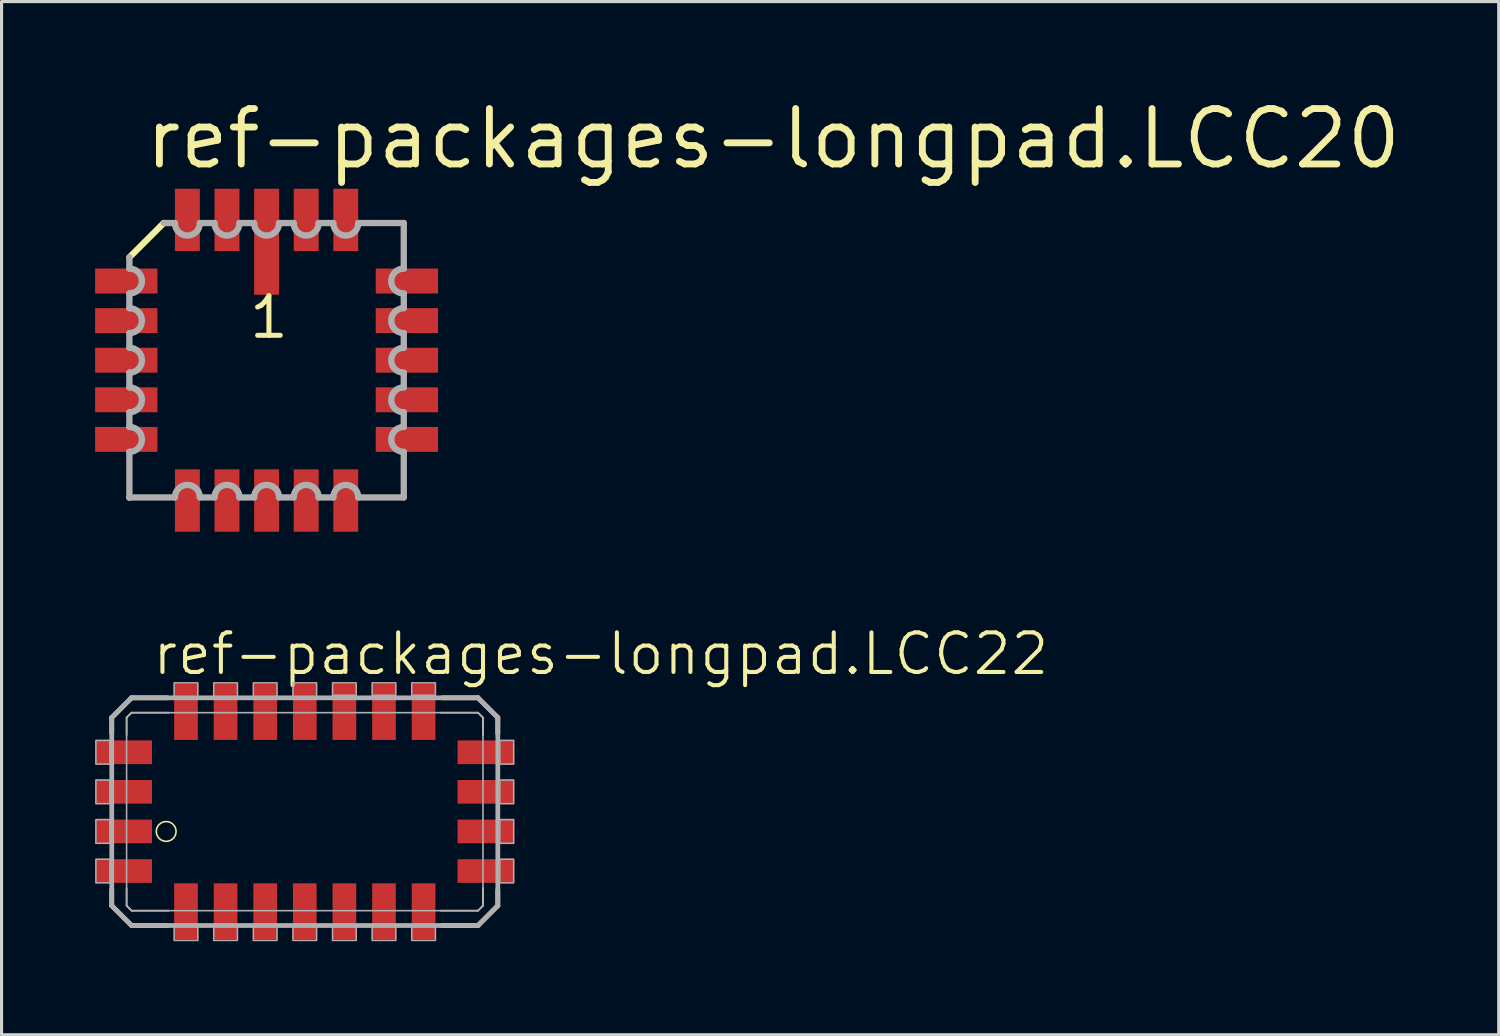
<source format=kicad_pcb>
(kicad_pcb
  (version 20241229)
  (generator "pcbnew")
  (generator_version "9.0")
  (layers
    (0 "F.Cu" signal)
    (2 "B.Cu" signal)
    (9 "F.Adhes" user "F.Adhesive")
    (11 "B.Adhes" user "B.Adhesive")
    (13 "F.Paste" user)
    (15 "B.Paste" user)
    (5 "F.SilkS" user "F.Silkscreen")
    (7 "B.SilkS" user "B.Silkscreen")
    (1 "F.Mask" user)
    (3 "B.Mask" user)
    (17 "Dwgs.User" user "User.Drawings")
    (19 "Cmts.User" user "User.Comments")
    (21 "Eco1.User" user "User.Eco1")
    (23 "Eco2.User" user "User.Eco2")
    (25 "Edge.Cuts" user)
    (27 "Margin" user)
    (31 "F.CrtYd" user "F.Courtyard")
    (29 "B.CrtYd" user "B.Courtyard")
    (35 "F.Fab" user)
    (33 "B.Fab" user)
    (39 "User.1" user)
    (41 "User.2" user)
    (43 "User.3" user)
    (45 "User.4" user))
  (footprint "ref-packages-longpad.LCC22"
    (layer "F.Cu")
    (at 6.725 22.981)
    (property "Reference" "ref-packages-longpad.LCC22" (at -4.953 -4.318 0) (layer "F.SilkS") (effects (font (size 1.27 1.27) (thickness 0.13)) (justify left bottom)))
    (attr smd)
    (fp_line (start -6.191 -3.016) (end -6.191 -2.506) (stroke (width 0.152) (type default)) (layer "F.SilkS"))
    (fp_line (start -6.191 2.506) (end -6.191 3.016) (stroke (width 0.152) (type default)) (layer "F.SilkS"))
    (fp_line (start -6.191 3.016) (end -5.556 3.651) (stroke (width 0.152) (type default)) (layer "F.SilkS"))
    (fp_line (start -5.715 -3.016) (end -5.556 -3.175) (stroke (width 0.051) (type default)) (layer "F.SilkS"))
    (fp_line (start -5.715 -2.452) (end -5.715 -3.016) (stroke (width 0.051) (type default)) (layer "F.SilkS"))
    (fp_line (start -5.715 3.016) (end -5.715 2.452) (stroke (width 0.051) (type default)) (layer "F.SilkS"))
    (fp_line (start -5.556 -3.651) (end -6.191 -3.016) (stroke (width 0.152) (type default)) (layer "F.SilkS"))
    (fp_line (start -5.556 3.175) (end -5.715 3.016) (stroke (width 0.051) (type default)) (layer "F.SilkS"))
    (fp_line (start -5.556 3.651) (end -4.411 3.651) (stroke (width 0.152) (type default)) (layer "F.SilkS"))
    (fp_line (start -4.411 -3.651) (end -5.556 -3.651) (stroke (width 0.152) (type default)) (layer "F.SilkS"))
    (fp_line (start -4.357 -3.175) (end -5.556 -3.175) (stroke (width 0.051) (type default)) (layer "F.SilkS"))
    (fp_line (start -4.357 3.175) (end -5.556 3.175) (stroke (width 0.051) (type default)) (layer "F.SilkS"))
    (fp_line (start 4.357 -3.175) (end 5.556 -3.175) (stroke (width 0.051) (type default)) (layer "F.SilkS"))
    (fp_line (start 4.411 3.651) (end 5.556 3.651) (stroke (width 0.152) (type default)) (layer "F.SilkS"))
    (fp_line (start 5.556 -3.651) (end 4.411 -3.651) (stroke (width 0.152) (type default)) (layer "F.SilkS"))
    (fp_line (start 5.556 -3.175) (end 5.715 -3.016) (stroke (width 0.051) (type default)) (layer "F.SilkS"))
    (fp_line (start 5.556 3.175) (end 4.357 3.175) (stroke (width 0.051) (type default)) (layer "F.SilkS"))
    (fp_line (start 5.556 3.651) (end 6.191 3.016) (stroke (width 0.152) (type default)) (layer "F.SilkS"))
    (fp_line (start 5.715 -3.016) (end 5.715 -2.452) (stroke (width 0.051) (type default)) (layer "F.SilkS"))
    (fp_line (start 5.715 2.452) (end 5.715 3.016) (stroke (width 0.051) (type default)) (layer "F.SilkS"))
    (fp_line (start 5.715 3.016) (end 5.556 3.175) (stroke (width 0.051) (type default)) (layer "F.SilkS"))
    (fp_line (start 6.191 -3.016) (end 5.556 -3.651) (stroke (width 0.152) (type default)) (layer "F.SilkS"))
    (fp_line (start 6.191 -2.506) (end 6.191 -3.016) (stroke (width 0.152) (type default)) (layer "F.SilkS"))
    (fp_line (start 6.191 3.016) (end 6.191 2.506) (stroke (width 0.152) (type default)) (layer "F.SilkS"))
    (fp_circle (center -4.445 0.635) (end -4.128 0.635) (stroke (width 0.051) (type default)) (fill no) (layer "F.SilkS"))
    (fp_line (start -6.191 -3.016) (end -6.191 3.016) (stroke (width 0.152) (type default)) (layer "F.Fab"))
    (fp_line (start -6.191 3.016) (end -5.556 3.651) (stroke (width 0.152) (type default)) (layer "F.Fab"))
    (fp_line (start -5.715 -3.016) (end -5.556 -3.175) (stroke (width 0.051) (type default)) (layer "F.Fab"))
    (fp_line (start -5.715 3.016) (end -5.715 -3.016) (stroke (width 0.051) (type default)) (layer "F.Fab"))
    (fp_line (start -5.556 -3.651) (end -6.191 -3.016) (stroke (width 0.152) (type default)) (layer "F.Fab"))
    (fp_line (start -5.556 -3.175) (end 5.556 -3.175) (stroke (width 0.051) (type default)) (layer "F.Fab"))
    (fp_line (start -5.556 3.175) (end -5.715 3.016) (stroke (width 0.051) (type default)) (layer "F.Fab"))
    (fp_line (start -5.556 3.651) (end 5.556 3.651) (stroke (width 0.152) (type default)) (layer "F.Fab"))
    (fp_line (start 0.95 -3.68) (end 1.59 -3.68) (stroke (width 0.152) (type default)) (layer "F.Fab"))
    (fp_line (start 2.22 -3.68) (end 2.86 -3.68) (stroke (width 0.152) (type default)) (layer "F.Fab"))
    (fp_line (start 3.49 -3.68) (end 4.13 -3.68) (stroke (width 0.152) (type default)) (layer "F.Fab"))
    (fp_line (start 5.556 -3.651) (end -5.556 -3.651) (stroke (width 0.152) (type default)) (layer "F.Fab"))
    (fp_line (start 5.556 -3.175) (end 5.715 -3.016) (stroke (width 0.051) (type default)) (layer "F.Fab"))
    (fp_line (start 5.556 3.175) (end -5.556 3.175) (stroke (width 0.051) (type default)) (layer "F.Fab"))
    (fp_line (start 5.556 3.651) (end 6.191 3.016) (stroke (width 0.152) (type default)) (layer "F.Fab"))
    (fp_line (start 5.715 -3.016) (end 5.715 3.016) (stroke (width 0.051) (type default)) (layer "F.Fab"))
    (fp_line (start 5.715 3.016) (end 5.556 3.175) (stroke (width 0.051) (type default)) (layer "F.Fab"))
    (fp_line (start 6.191 -3.016) (end 5.556 -3.651) (stroke (width 0.152) (type default)) (layer "F.Fab"))
    (fp_line (start 6.191 3.016) (end 6.191 -3.016) (stroke (width 0.152) (type default)) (layer "F.Fab"))
    (fp_rect (start -6.7 -1.525) (end -6.25 -2.285) (stroke (width 0.05) (type default)) (fill no) (layer "F.Fab"))
    (fp_rect (start -6.7 -0.255) (end -6.25 -1.015) (stroke (width 0.05) (type default)) (fill no) (layer "F.Fab"))
    (fp_rect (start -6.7 1.015) (end -6.25 0.255) (stroke (width 0.05) (type default)) (fill no) (layer "F.Fab"))
    (fp_rect (start -6.7 2.285) (end -6.25 1.525) (stroke (width 0.05) (type default)) (fill no) (layer "F.Fab"))
    (fp_rect (start -4.19 -3.68) (end -3.43 -4.13) (stroke (width 0.05) (type default)) (fill no) (layer "F.Fab"))
    (fp_rect (start -4.19 4.13) (end -3.43 3.68) (stroke (width 0.05) (type default)) (fill no) (layer "F.Fab"))
    (fp_rect (start -2.92 -3.68) (end -2.16 -4.13) (stroke (width 0.05) (type default)) (fill no) (layer "F.Fab"))
    (fp_rect (start -2.92 4.13) (end -2.16 3.68) (stroke (width 0.05) (type default)) (fill no) (layer "F.Fab"))
    (fp_rect (start -1.65 -3.68) (end -0.89 -4.13) (stroke (width 0.05) (type default)) (fill no) (layer "F.Fab"))
    (fp_rect (start -1.65 4.13) (end -0.89 3.68) (stroke (width 0.05) (type default)) (fill no) (layer "F.Fab"))
    (fp_rect (start -0.38 -3.68) (end 0.38 -4.13) (stroke (width 0.05) (type default)) (fill no) (layer "F.Fab"))
    (fp_rect (start -0.38 4.13) (end 0.38 3.68) (stroke (width 0.05) (type default)) (fill no) (layer "F.Fab"))
    (fp_rect (start 0.89 -3.68) (end 1.65 -4.13) (stroke (width 0.05) (type default)) (fill no) (layer "F.Fab"))
    (fp_rect (start 0.89 4.13) (end 1.65 3.68) (stroke (width 0.05) (type default)) (fill no) (layer "F.Fab"))
    (fp_rect (start 2.16 -3.68) (end 2.92 -4.13) (stroke (width 0.05) (type default)) (fill no) (layer "F.Fab"))
    (fp_rect (start 2.16 4.13) (end 2.92 3.68) (stroke (width 0.05) (type default)) (fill no) (layer "F.Fab"))
    (fp_rect (start 3.43 -3.68) (end 4.19 -4.13) (stroke (width 0.05) (type default)) (fill no) (layer "F.Fab"))
    (fp_rect (start 3.43 4.13) (end 4.19 3.68) (stroke (width 0.05) (type default)) (fill no) (layer "F.Fab"))
    (fp_rect (start 6.25 -1.525) (end 6.7 -2.285) (stroke (width 0.05) (type default)) (fill no) (layer "F.Fab"))
    (fp_rect (start 6.25 -0.255) (end 6.7 -1.015) (stroke (width 0.05) (type default)) (fill no) (layer "F.Fab"))
    (fp_rect (start 6.25 1.015) (end 6.7 0.255) (stroke (width 0.05) (type default)) (fill no) (layer "F.Fab"))
    (fp_rect (start 6.25 2.285) (end 6.7 1.525) (stroke (width 0.05) (type default)) (fill no) (layer "F.Fab"))
    (pad "1" smd roundrect (at -5.8 0.635) (size 1.8 0.76) (layers "F.Cu" "F.Mask" "F.Paste") (roundrect_rratio 0.01))
    (pad "2" smd roundrect (at -5.8 1.905) (size 1.8 0.76) (layers "F.Cu" "F.Mask" "F.Paste") (roundrect_rratio 0.01))
    (pad "3" smd roundrect (at -3.81 3.2) (size 0.76 1.8) (layers "F.Cu" "F.Mask" "F.Paste") (roundrect_rratio 0.01))
    (pad "4" smd roundrect (at -2.54 3.2) (size 0.76 1.8) (layers "F.Cu" "F.Mask" "F.Paste") (roundrect_rratio 0.01))
    (pad "5" smd roundrect (at -1.27 3.2) (size 0.76 1.8) (layers "F.Cu" "F.Mask" "F.Paste") (roundrect_rratio 0.01))
    (pad "6" smd roundrect (at 0 3.2) (size 0.76 1.8) (layers "F.Cu" "F.Mask" "F.Paste") (roundrect_rratio 0.01))
    (pad "7" smd roundrect (at 1.27 3.2) (size 0.76 1.8) (layers "F.Cu" "F.Mask" "F.Paste") (roundrect_rratio 0.01))
    (pad "8" smd roundrect (at 2.54 3.2) (size 0.76 1.8) (layers "F.Cu" "F.Mask" "F.Paste") (roundrect_rratio 0.01))
    (pad "9" smd roundrect (at 3.81 3.2) (size 0.76 1.8) (layers "F.Cu" "F.Mask" "F.Paste") (roundrect_rratio 0.01))
    (pad "10" smd roundrect (at 5.8 1.905) (size 1.8 0.76) (layers "F.Cu" "F.Mask" "F.Paste") (roundrect_rratio 0.01))
    (pad "11" smd roundrect (at 5.8 0.635) (size 1.8 0.76) (layers "F.Cu" "F.Mask" "F.Paste") (roundrect_rratio 0.01))
    (pad "12" smd roundrect (at 5.8 -0.635) (size 1.8 0.76) (layers "F.Cu" "F.Mask" "F.Paste") (roundrect_rratio 0.01))
    (pad "13" smd roundrect (at 5.8 -1.905) (size 1.8 0.76) (layers "F.Cu" "F.Mask" "F.Paste") (roundrect_rratio 0.01))
    (pad "14" smd roundrect (at 3.81 -3.2) (size 0.76 1.8) (layers "F.Cu" "F.Mask" "F.Paste") (roundrect_rratio 0.01))
    (pad "15" smd roundrect (at 2.54 -3.2) (size 0.76 1.8) (layers "F.Cu" "F.Mask" "F.Paste") (roundrect_rratio 0.01))
    (pad "16" smd roundrect (at 1.27 -3.2) (size 0.76 1.8) (layers "F.Cu" "F.Mask" "F.Paste") (roundrect_rratio 0.01))
    (pad "17" smd roundrect (at 0 -3.2) (size 0.76 1.8) (layers "F.Cu" "F.Mask" "F.Paste") (roundrect_rratio 0.01))
    (pad "18" smd roundrect (at -1.27 -3.2) (size 0.76 1.8) (layers "F.Cu" "F.Mask" "F.Paste") (roundrect_rratio 0.01))
    (pad "19" smd roundrect (at -2.54 -3.2) (size 0.76 1.8) (layers "F.Cu" "F.Mask" "F.Paste") (roundrect_rratio 0.01))
    (pad "20" smd roundrect (at -3.81 -3.2) (size 0.76 1.8) (layers "F.Cu" "F.Mask" "F.Paste") (roundrect_rratio 0.01))
    (pad "21" smd roundrect (at -5.8 -1.905) (size 1.8 0.76) (layers "F.Cu" "F.Mask" "F.Paste") (roundrect_rratio 0.01))
    (pad "22" smd roundrect (at -5.8 -0.635) (size 1.8 0.76) (layers "F.Cu" "F.Mask" "F.Paste") (roundrect_rratio 0.01)))
  (footprint "ref-packages-longpad.LCC20"
    (layer "F.Cu")
    (at 5.5 8.503)
    (property "Reference" "ref-packages-longpad.LCC20" (at -4.005 -6.065 0) (layer "F.SilkS") (effects (font (size 1.778 1.778) (thickness 0.22)) (justify left bottom)))
    (attr smd)
    (fp_line (start -3.3 -4.4) (end -4.4 -3.3) (stroke (width 0.203) (type default)) (layer "F.SilkS"))
    (fp_line (start -4.4 -3.3) (end -4.4 -2.94) (stroke (width 0.203) (type default)) (layer "F.Fab"))
    (fp_line (start -4.4 -2.14) (end -4.4 -1.67) (stroke (width 0.203) (type default)) (layer "F.Fab"))
    (fp_line (start -4.4 -0.87) (end -4.4 -0.4) (stroke (width 0.203) (type default)) (layer "F.Fab"))
    (fp_line (start -4.4 0.4) (end -4.4 0.87) (stroke (width 0.203) (type default)) (layer "F.Fab"))
    (fp_line (start -4.4 1.67) (end -4.4 2.14) (stroke (width 0.203) (type default)) (layer "F.Fab"))
    (fp_line (start -4.4 2.94) (end -4.4 4.4) (stroke (width 0.203) (type default)) (layer "F.Fab"))
    (fp_line (start -4.4 4.4) (end -4.4 4.41) (stroke (width 0.203) (type default)) (layer "F.Fab"))
    (fp_line (start -4.4 4.4) (end -2.94 4.4) (stroke (width 0.203) (type default)) (layer "F.Fab"))
    (fp_line (start -2.94 -4.4) (end -3.3 -4.4) (stroke (width 0.203) (type default)) (layer "F.Fab"))
    (fp_line (start -2.14 4.4) (end -1.67 4.4) (stroke (width 0.203) (type default)) (layer "F.Fab"))
    (fp_line (start -1.67 -4.4) (end -2.14 -4.4) (stroke (width 0.203) (type default)) (layer "F.Fab"))
    (fp_line (start -0.87 4.4) (end -0.4 4.4) (stroke (width 0.203) (type default)) (layer "F.Fab"))
    (fp_line (start -0.4 -4.4) (end -0.87 -4.4) (stroke (width 0.203) (type default)) (layer "F.Fab"))
    (fp_line (start 0.4 4.4) (end 0.87 4.4) (stroke (width 0.203) (type default)) (layer "F.Fab"))
    (fp_line (start 0.87 -4.4) (end 0.4 -4.4) (stroke (width 0.203) (type default)) (layer "F.Fab"))
    (fp_line (start 1.67 4.4) (end 2.14 4.4) (stroke (width 0.203) (type default)) (layer "F.Fab"))
    (fp_line (start 2.14 -4.4) (end 1.67 -4.4) (stroke (width 0.203) (type default)) (layer "F.Fab"))
    (fp_line (start 2.94 4.4) (end 4.4 4.4) (stroke (width 0.203) (type default)) (layer "F.Fab"))
    (fp_line (start 4.4 -4.4) (end 2.94 -4.4) (stroke (width 0.203) (type default)) (layer "F.Fab"))
    (fp_line (start 4.4 -2.94) (end 4.4 -4.4) (stroke (width 0.203) (type default)) (layer "F.Fab"))
    (fp_line (start 4.4 -1.67) (end 4.4 -2.14) (stroke (width 0.203) (type default)) (layer "F.Fab"))
    (fp_line (start 4.4 -0.4) (end 4.4 -0.87) (stroke (width 0.203) (type default)) (layer "F.Fab"))
    (fp_line (start 4.4 0.87) (end 4.4 0.4) (stroke (width 0.203) (type default)) (layer "F.Fab"))
    (fp_line (start 4.4 2.14) (end 4.4 1.67) (stroke (width 0.203) (type default)) (layer "F.Fab"))
    (fp_line (start 4.4 4.4) (end 4.4 2.94) (stroke (width 0.203) (type default)) (layer "F.Fab"))
    (fp_arc (start -4.3984 -2.94) (mid -3.9984 -2.54) (end -4.3984 -2.14) (stroke (width 0.2032) (type default)) (layer "F.Fab"))
    (fp_arc (start -4.3984 -1.67) (mid -3.9984 -1.27) (end -4.3984 -0.87) (stroke (width 0.2032) (type default)) (layer "F.Fab"))
    (fp_arc (start -4.3984 -0.4) (mid -3.9984 0) (end -4.3984 0.4) (stroke (width 0.2032) (type default)) (layer "F.Fab"))
    (fp_arc (start -4.3984 0.87) (mid -3.9984 1.27) (end -4.3984 1.67) (stroke (width 0.2032) (type default)) (layer "F.Fab"))
    (fp_arc (start -4.3984 2.14) (mid -3.9984 2.54) (end -4.3984 2.94) (stroke (width 0.2032) (type default)) (layer "F.Fab"))
    (fp_arc (start -2.94 4.3984) (mid -2.54 3.9984) (end -2.14 4.3984) (stroke (width 0.2032) (type default)) (layer "F.Fab"))
    (fp_arc (start -2.14 -4.3984) (mid -2.54 -3.9984) (end -2.94 -4.3984) (stroke (width 0.2032) (type default)) (layer "F.Fab"))
    (fp_arc (start -1.67 4.3984) (mid -1.27 3.9984) (end -0.87 4.3984) (stroke (width 0.2032) (type default)) (layer "F.Fab"))
    (fp_arc (start -0.87 -4.3984) (mid -1.27 -3.9984) (end -1.67 -4.3984) (stroke (width 0.2032) (type default)) (layer "F.Fab"))
    (fp_arc (start -0.4 4.3984) (mid 0 3.9984) (end 0.4 4.3984) (stroke (width 0.2032) (type default)) (layer "F.Fab"))
    (fp_arc (start 0.4 -4.3984) (mid 0 -3.9984) (end -0.4 -4.3984) (stroke (width 0.2032) (type default)) (layer "F.Fab"))
    (fp_arc (start 0.87 4.3984) (mid 1.27 3.9984) (end 1.67 4.3984) (stroke (width 0.2032) (type default)) (layer "F.Fab"))
    (fp_arc (start 1.67 -4.3984) (mid 1.27 -3.9984) (end 0.87 -4.3984) (stroke (width 0.2032) (type default)) (layer "F.Fab"))
    (fp_arc (start 2.14 4.3984) (mid 2.54 3.9984) (end 2.94 4.3984) (stroke (width 0.2032) (type default)) (layer "F.Fab"))
    (fp_arc (start 2.94 -4.3984) (mid 2.54 -3.9984) (end 2.14 -4.3984) (stroke (width 0.2032) (type default)) (layer "F.Fab"))
    (fp_arc (start 4.3984 -2.14) (mid 3.9984 -2.54) (end 4.3984 -2.94) (stroke (width 0.2032) (type default)) (layer "F.Fab"))
    (fp_arc (start 4.3984 -0.87) (mid 3.9984 -1.27) (end 4.3984 -1.67) (stroke (width 0.2032) (type default)) (layer "F.Fab"))
    (fp_arc (start 4.3984 0.4) (mid 3.9984 0) (end 4.3984 -0.4) (stroke (width 0.2032) (type default)) (layer "F.Fab"))
    (fp_arc (start 4.3984 1.67) (mid 3.9984 1.27) (end 4.3984 0.87) (stroke (width 0.2032) (type default)) (layer "F.Fab"))
    (fp_arc (start 4.3984 2.94) (mid 3.9984 2.54) (end 4.3984 2.14) (stroke (width 0.2032) (type default)) (layer "F.Fab"))
    (fp_text user "1" (at -0.635 -0.635 0) (layer "F.SilkS") (effects (font (size 1.27 1.27) (thickness 0.16)) (justify left bottom)))
    (pad "1" smd roundrect (at 0 -3.8) (size 0.8 3.4) (layers "F.Cu" "F.Mask" "F.Paste") (roundrect_rratio 0.01))
    (pad "2" smd roundrect (at -1.27 -4.5) (size 0.8 2) (layers "F.Cu" "F.Mask" "F.Paste") (roundrect_rratio 0.01))
    (pad "3" smd roundrect (at -2.54 -4.5) (size 0.8 2) (layers "F.Cu" "F.Mask" "F.Paste") (roundrect_rratio 0.01))
    (pad "4" smd roundrect (at -4.5 -2.54) (size 2 0.8) (layers "F.Cu" "F.Mask" "F.Paste") (roundrect_rratio 0.01))
    (pad "5" smd roundrect (at -4.5 -1.27) (size 2 0.8) (layers "F.Cu" "F.Mask" "F.Paste") (roundrect_rratio 0.01))
    (pad "6" smd roundrect (at -4.5 0) (size 2 0.8) (layers "F.Cu" "F.Mask" "F.Paste") (roundrect_rratio 0.01))
    (pad "7" smd roundrect (at -4.5 1.27) (size 2 0.8) (layers "F.Cu" "F.Mask" "F.Paste") (roundrect_rratio 0.01))
    (pad "8" smd roundrect (at -4.5 2.54) (size 2 0.8) (layers "F.Cu" "F.Mask" "F.Paste") (roundrect_rratio 0.01))
    (pad "9" smd roundrect (at -2.54 4.5) (size 0.8 2) (layers "F.Cu" "F.Mask" "F.Paste") (roundrect_rratio 0.01))
    (pad "10" smd roundrect (at -1.27 4.5) (size 0.8 2) (layers "F.Cu" "F.Mask" "F.Paste") (roundrect_rratio 0.01))
    (pad "11" smd roundrect (at 0 4.5) (size 0.8 2) (layers "F.Cu" "F.Mask" "F.Paste") (roundrect_rratio 0.01))
    (pad "12" smd roundrect (at 1.27 4.5) (size 0.8 2) (layers "F.Cu" "F.Mask" "F.Paste") (roundrect_rratio 0.01))
    (pad "13" smd roundrect (at 2.54 4.5) (size 0.8 2) (layers "F.Cu" "F.Mask" "F.Paste") (roundrect_rratio 0.01))
    (pad "14" smd roundrect (at 4.5 2.54) (size 2 0.8) (layers "F.Cu" "F.Mask" "F.Paste") (roundrect_rratio 0.01))
    (pad "15" smd roundrect (at 4.5 1.27) (size 2 0.8) (layers "F.Cu" "F.Mask" "F.Paste") (roundrect_rratio 0.01))
    (pad "16" smd roundrect (at 4.5 0) (size 2 0.8) (layers "F.Cu" "F.Mask" "F.Paste") (roundrect_rratio 0.01))
    (pad "17" smd roundrect (at 4.5 -1.27) (size 2 0.8) (layers "F.Cu" "F.Mask" "F.Paste") (roundrect_rratio 0.01))
    (pad "18" smd roundrect (at 4.5 -2.54) (size 2 0.8) (layers "F.Cu" "F.Mask" "F.Paste") (roundrect_rratio 0.01))
    (pad "19" smd roundrect (at 2.54 -4.5) (size 0.8 2) (layers "F.Cu" "F.Mask" "F.Paste") (roundrect_rratio 0.01))
    (pad "20" smd roundrect (at 1.27 -4.5) (size 0.8 2) (layers "F.Cu" "F.Mask" "F.Paste") (roundrect_rratio 0.01)))
  (gr_rect
    (start -3 -3)
    (end 45.016 30.136)
    (stroke (width 0.1) (type default))
    (fill no)
    (layer "Edge.Cuts")))
</source>
